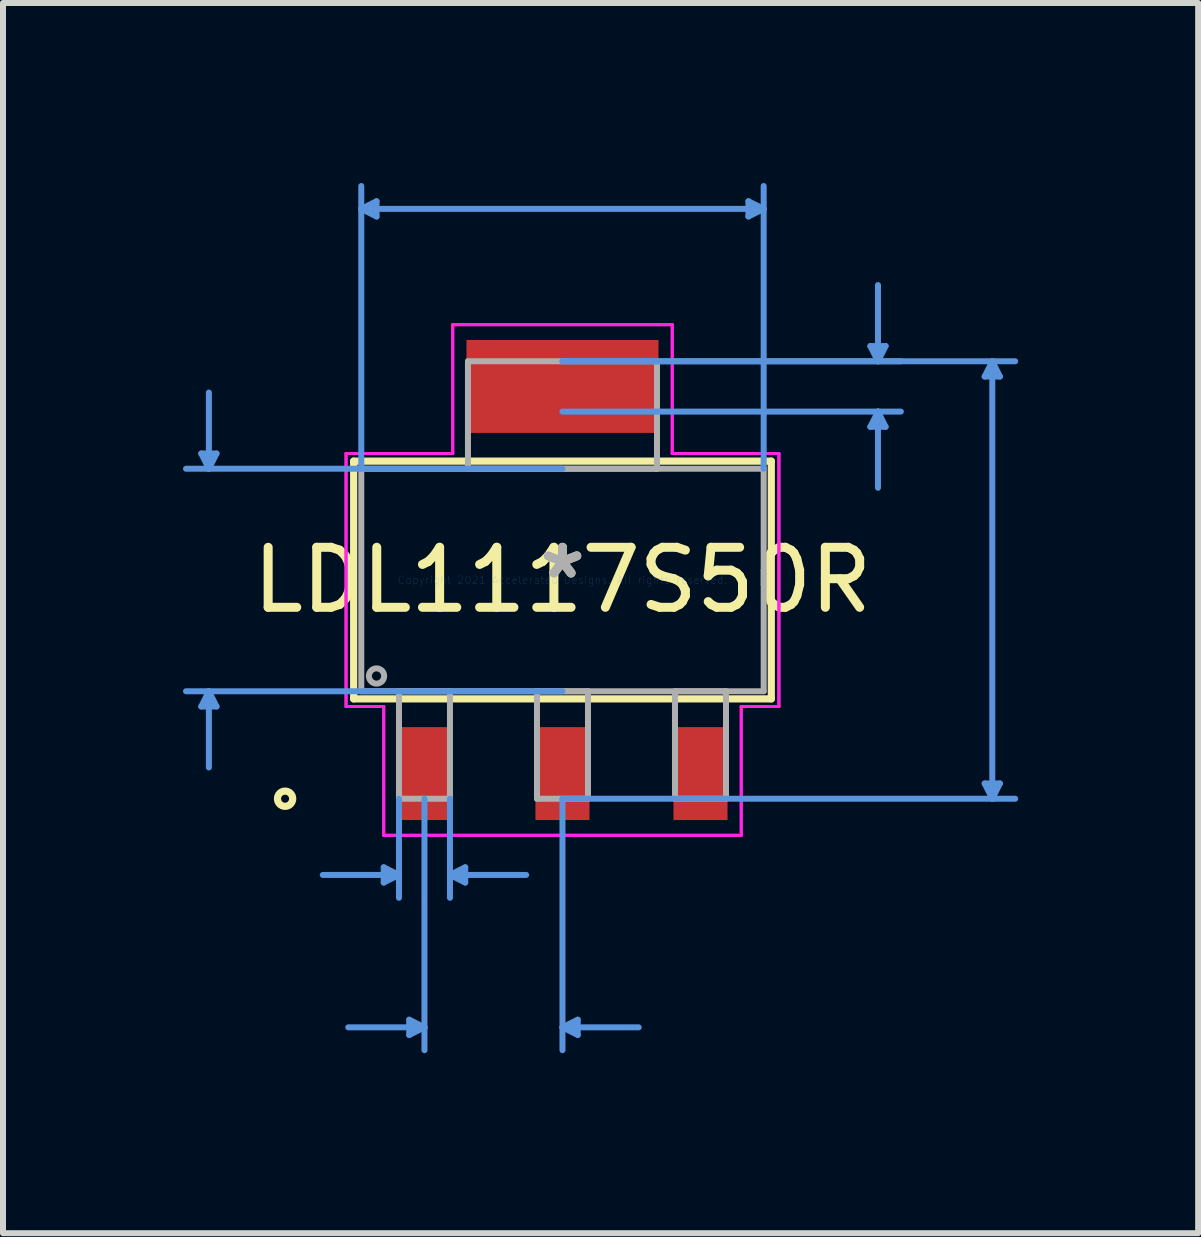
<source format=kicad_pcb>
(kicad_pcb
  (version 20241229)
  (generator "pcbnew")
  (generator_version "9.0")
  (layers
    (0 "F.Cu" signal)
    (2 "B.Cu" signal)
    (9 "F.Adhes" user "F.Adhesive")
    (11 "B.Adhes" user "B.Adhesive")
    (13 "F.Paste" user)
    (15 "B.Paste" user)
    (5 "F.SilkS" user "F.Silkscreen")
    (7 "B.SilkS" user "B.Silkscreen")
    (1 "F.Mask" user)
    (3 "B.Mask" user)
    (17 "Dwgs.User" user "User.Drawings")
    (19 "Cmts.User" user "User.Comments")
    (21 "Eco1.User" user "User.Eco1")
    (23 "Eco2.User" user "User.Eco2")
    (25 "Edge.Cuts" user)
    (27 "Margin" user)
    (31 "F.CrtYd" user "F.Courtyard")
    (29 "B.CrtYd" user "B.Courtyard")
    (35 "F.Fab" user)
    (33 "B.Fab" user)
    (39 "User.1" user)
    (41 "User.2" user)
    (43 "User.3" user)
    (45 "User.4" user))
  (footprint "LDL1117S50R"
    (layer "F.Cu")
    (at 6.324 6.616)
    (property "Reference" "LDL1117S50R" (at 0 0 0) (layer "F.SilkS") (effects (font (size 1 1) (thickness 0.15))))
    (attr through_hole)
    (fp_line (start -3.48 -1.981) (end -3.48 1.981) (stroke (width 0.12) (type solid)) (layer "F.SilkS"))
    (fp_line (start -3.48 1.981) (end 3.48 1.981) (stroke (width 0.12) (type solid)) (layer "F.SilkS"))
    (fp_line (start 3.48 -1.981) (end -3.48 -1.981) (stroke (width 0.12) (type solid)) (layer "F.SilkS"))
    (fp_line (start 3.48 1.981) (end 3.48 -1.981) (stroke (width 0.12) (type solid)) (layer "F.SilkS"))
    (fp_circle (center -4.623 3.645) (end -4.496 3.645) (stroke (width 0.12) (type solid)) (fill no) (layer "F.SilkS"))
    (fp_line (start -6.02 -2.108) (end -5.766 -2.108) (stroke (width 0.1) (type solid)) (layer "Cmts.User"))
    (fp_line (start -6.02 2.108) (end -5.766 2.108) (stroke (width 0.1) (type solid)) (layer "Cmts.User"))
    (fp_line (start -5.893 -1.854) (end -6.02 -2.108) (stroke (width 0.1) (type solid)) (layer "Cmts.User"))
    (fp_line (start -5.893 -1.854) (end -5.893 -3.124) (stroke (width 0.1) (type solid)) (layer "Cmts.User"))
    (fp_line (start -5.893 -1.854) (end -5.766 -2.108) (stroke (width 0.1) (type solid)) (layer "Cmts.User"))
    (fp_line (start -5.893 1.854) (end -6.02 2.108) (stroke (width 0.1) (type solid)) (layer "Cmts.User"))
    (fp_line (start -5.893 1.854) (end -5.893 3.124) (stroke (width 0.1) (type solid)) (layer "Cmts.User"))
    (fp_line (start -5.893 1.854) (end -5.766 2.108) (stroke (width 0.1) (type solid)) (layer "Cmts.User"))
    (fp_line (start -3.353 -6.185) (end -3.099 -6.312) (stroke (width 0.1) (type solid)) (layer "Cmts.User"))
    (fp_line (start -3.353 -6.185) (end -3.099 -6.058) (stroke (width 0.1) (type solid)) (layer "Cmts.User"))
    (fp_line (start -3.353 -6.185) (end 3.353 -6.185) (stroke (width 0.1) (type solid)) (layer "Cmts.User"))
    (fp_line (start -3.353 -1.854) (end -3.353 -6.566) (stroke (width 0.1) (type solid)) (layer "Cmts.User"))
    (fp_line (start -3.099 -6.312) (end -3.099 -6.058) (stroke (width 0.1) (type solid)) (layer "Cmts.User"))
    (fp_line (start -2.979 4.788) (end -2.979 5.042) (stroke (width 0.1) (type solid)) (layer "Cmts.User"))
    (fp_line (start -2.725 3.645) (end -2.725 5.296) (stroke (width 0.1) (type solid)) (layer "Cmts.User"))
    (fp_line (start -2.725 4.915) (end -3.995 4.915) (stroke (width 0.1) (type solid)) (layer "Cmts.User"))
    (fp_line (start -2.725 4.915) (end -2.979 4.788) (stroke (width 0.1) (type solid)) (layer "Cmts.User"))
    (fp_line (start -2.725 4.915) (end -2.979 5.042) (stroke (width 0.1) (type solid)) (layer "Cmts.User"))
    (fp_line (start -2.554 7.328) (end -2.554 7.582) (stroke (width 0.1) (type solid)) (layer "Cmts.User"))
    (fp_line (start -2.3 3.645) (end -2.3 7.836) (stroke (width 0.1) (type solid)) (layer "Cmts.User"))
    (fp_line (start -2.3 7.455) (end -3.57 7.455) (stroke (width 0.1) (type solid)) (layer "Cmts.User"))
    (fp_line (start -2.3 7.455) (end -2.554 7.328) (stroke (width 0.1) (type solid)) (layer "Cmts.User"))
    (fp_line (start -2.3 7.455) (end -2.554 7.582) (stroke (width 0.1) (type solid)) (layer "Cmts.User"))
    (fp_line (start -1.875 3.645) (end -1.875 5.296) (stroke (width 0.1) (type solid)) (layer "Cmts.User"))
    (fp_line (start -1.875 4.915) (end -1.621 4.788) (stroke (width 0.1) (type solid)) (layer "Cmts.User"))
    (fp_line (start -1.875 4.915) (end -1.621 5.042) (stroke (width 0.1) (type solid)) (layer "Cmts.User"))
    (fp_line (start -1.875 4.915) (end -0.605 4.915) (stroke (width 0.1) (type solid)) (layer "Cmts.User"))
    (fp_line (start -1.621 4.788) (end -1.621 5.042) (stroke (width 0.1) (type solid)) (layer "Cmts.User"))
    (fp_line (start 0 -3.645) (end 5.639 -3.645) (stroke (width 0.1) (type solid)) (layer "Cmts.User"))
    (fp_line (start 0 -3.645) (end 7.544 -3.645) (stroke (width 0.1) (type solid)) (layer "Cmts.User"))
    (fp_line (start 0 -2.807) (end 5.639 -2.807) (stroke (width 0.1) (type solid)) (layer "Cmts.User"))
    (fp_line (start 0 -1.854) (end -6.274 -1.854) (stroke (width 0.1) (type solid)) (layer "Cmts.User"))
    (fp_line (start 0 1.854) (end -6.274 1.854) (stroke (width 0.1) (type solid)) (layer "Cmts.User"))
    (fp_line (start 0 3.645) (end 0 7.836) (stroke (width 0.1) (type solid)) (layer "Cmts.User"))
    (fp_line (start 0 3.645) (end 7.544 3.645) (stroke (width 0.1) (type solid)) (layer "Cmts.User"))
    (fp_line (start 0 7.455) (end 0.254 7.328) (stroke (width 0.1) (type solid)) (layer "Cmts.User"))
    (fp_line (start 0 7.455) (end 0.254 7.582) (stroke (width 0.1) (type solid)) (layer "Cmts.User"))
    (fp_line (start 0 7.455) (end 1.27 7.455) (stroke (width 0.1) (type solid)) (layer "Cmts.User"))
    (fp_line (start 0.254 7.328) (end 0.254 7.582) (stroke (width 0.1) (type solid)) (layer "Cmts.User"))
    (fp_line (start 3.099 -6.312) (end 3.099 -6.058) (stroke (width 0.1) (type solid)) (layer "Cmts.User"))
    (fp_line (start 3.353 -6.185) (end 3.099 -6.312) (stroke (width 0.1) (type solid)) (layer "Cmts.User"))
    (fp_line (start 3.353 -6.185) (end 3.099 -6.058) (stroke (width 0.1) (type solid)) (layer "Cmts.User"))
    (fp_line (start 3.353 -1.854) (end 3.353 -6.566) (stroke (width 0.1) (type solid)) (layer "Cmts.User"))
    (fp_line (start 5.131 -3.899) (end 5.385 -3.899) (stroke (width 0.1) (type solid)) (layer "Cmts.User"))
    (fp_line (start 5.131 -2.553) (end 5.385 -2.553) (stroke (width 0.1) (type solid)) (layer "Cmts.User"))
    (fp_line (start 5.258 -3.645) (end 5.131 -3.899) (stroke (width 0.1) (type solid)) (layer "Cmts.User"))
    (fp_line (start 5.258 -3.645) (end 5.258 -4.915) (stroke (width 0.1) (type solid)) (layer "Cmts.User"))
    (fp_line (start 5.258 -3.645) (end 5.385 -3.899) (stroke (width 0.1) (type solid)) (layer "Cmts.User"))
    (fp_line (start 5.258 -2.807) (end 5.131 -2.553) (stroke (width 0.1) (type solid)) (layer "Cmts.User"))
    (fp_line (start 5.258 -2.807) (end 5.258 -1.537) (stroke (width 0.1) (type solid)) (layer "Cmts.User"))
    (fp_line (start 5.258 -2.807) (end 5.385 -2.553) (stroke (width 0.1) (type solid)) (layer "Cmts.User"))
    (fp_line (start 7.036 -3.391) (end 7.29 -3.391) (stroke (width 0.1) (type solid)) (layer "Cmts.User"))
    (fp_line (start 7.036 3.391) (end 7.29 3.391) (stroke (width 0.1) (type solid)) (layer "Cmts.User"))
    (fp_line (start 7.163 -3.645) (end 7.036 -3.391) (stroke (width 0.1) (type solid)) (layer "Cmts.User"))
    (fp_line (start 7.163 -3.645) (end 7.163 3.645) (stroke (width 0.1) (type solid)) (layer "Cmts.User"))
    (fp_line (start 7.163 -3.645) (end 7.29 -3.391) (stroke (width 0.1) (type solid)) (layer "Cmts.User"))
    (fp_line (start 7.163 3.645) (end 7.036 3.391) (stroke (width 0.1) (type solid)) (layer "Cmts.User"))
    (fp_line (start 7.163 3.645) (end 7.29 3.391) (stroke (width 0.1) (type solid)) (layer "Cmts.User"))
    (fp_line (start -3.607 -2.108) (end -1.829 -2.108) (stroke (width 0.05) (type solid)) (layer "F.CrtYd"))
    (fp_line (start -3.607 -2.108) (end -1.829 -2.108) (stroke (width 0.05) (type solid)) (layer "F.CrtYd"))
    (fp_line (start -3.607 2.108) (end -3.607 -2.108) (stroke (width 0.05) (type solid)) (layer "F.CrtYd"))
    (fp_line (start -3.607 2.108) (end -3.607 -2.108) (stroke (width 0.05) (type solid)) (layer "F.CrtYd"))
    (fp_line (start -2.979 2.108) (end -3.607 2.108) (stroke (width 0.05) (type solid)) (layer "F.CrtYd"))
    (fp_line (start -2.979 2.108) (end -3.607 2.108) (stroke (width 0.05) (type solid)) (layer "F.CrtYd"))
    (fp_line (start -2.979 4.255) (end -2.979 2.108) (stroke (width 0.05) (type solid)) (layer "F.CrtYd"))
    (fp_line (start -2.979 4.255) (end -2.979 2.108) (stroke (width 0.05) (type solid)) (layer "F.CrtYd"))
    (fp_line (start -1.829 -4.255) (end 1.829 -4.255) (stroke (width 0.05) (type solid)) (layer "F.CrtYd"))
    (fp_line (start -1.829 -4.255) (end 1.829 -4.255) (stroke (width 0.05) (type solid)) (layer "F.CrtYd"))
    (fp_line (start -1.829 -2.108) (end -1.829 -4.255) (stroke (width 0.05) (type solid)) (layer "F.CrtYd"))
    (fp_line (start -1.829 -2.108) (end -1.829 -4.255) (stroke (width 0.05) (type solid)) (layer "F.CrtYd"))
    (fp_line (start 1.829 -4.255) (end 1.829 -2.108) (stroke (width 0.05) (type solid)) (layer "F.CrtYd"))
    (fp_line (start 1.829 -4.255) (end 1.829 -2.108) (stroke (width 0.05) (type solid)) (layer "F.CrtYd"))
    (fp_line (start 1.829 -2.108) (end 3.607 -2.108) (stroke (width 0.05) (type solid)) (layer "F.CrtYd"))
    (fp_line (start 1.829 -2.108) (end 3.607 -2.108) (stroke (width 0.05) (type solid)) (layer "F.CrtYd"))
    (fp_line (start 2.979 2.108) (end 2.979 4.255) (stroke (width 0.05) (type solid)) (layer "F.CrtYd"))
    (fp_line (start 2.979 2.108) (end 2.979 4.255) (stroke (width 0.05) (type solid)) (layer "F.CrtYd"))
    (fp_line (start 2.979 4.255) (end -2.979 4.255) (stroke (width 0.05) (type solid)) (layer "F.CrtYd"))
    (fp_line (start 2.979 4.255) (end -2.979 4.255) (stroke (width 0.05) (type solid)) (layer "F.CrtYd"))
    (fp_line (start 3.607 -2.108) (end 3.607 2.108) (stroke (width 0.05) (type solid)) (layer "F.CrtYd"))
    (fp_line (start 3.607 -2.108) (end 3.607 2.108) (stroke (width 0.05) (type solid)) (layer "F.CrtYd"))
    (fp_line (start 3.607 2.108) (end 2.979 2.108) (stroke (width 0.05) (type solid)) (layer "F.CrtYd"))
    (fp_line (start 3.607 2.108) (end 2.979 2.108) (stroke (width 0.05) (type solid)) (layer "F.CrtYd"))
    (fp_line (start -3.353 -1.854) (end -3.353 1.854) (stroke (width 0.1) (type solid)) (layer "F.Fab"))
    (fp_line (start -3.353 1.854) (end 3.353 1.854) (stroke (width 0.1) (type solid)) (layer "F.Fab"))
    (fp_line (start -2.725 1.854) (end -2.725 3.645) (stroke (width 0.1) (type solid)) (layer "F.Fab"))
    (fp_line (start -2.725 3.645) (end -1.875 3.645) (stroke (width 0.1) (type solid)) (layer "F.Fab"))
    (fp_line (start -1.875 1.854) (end -2.725 1.854) (stroke (width 0.1) (type solid)) (layer "F.Fab"))
    (fp_line (start -1.875 3.645) (end -1.875 1.854) (stroke (width 0.1) (type solid)) (layer "F.Fab"))
    (fp_line (start -1.575 -3.645) (end -1.575 -1.854) (stroke (width 0.1) (type solid)) (layer "F.Fab"))
    (fp_line (start -1.575 -1.854) (end 1.575 -1.854) (stroke (width 0.1) (type solid)) (layer "F.Fab"))
    (fp_line (start -0.425 1.854) (end -0.425 3.645) (stroke (width 0.1) (type solid)) (layer "F.Fab"))
    (fp_line (start -0.425 3.645) (end 0.425 3.645) (stroke (width 0.1) (type solid)) (layer "F.Fab"))
    (fp_line (start 0.425 1.854) (end -0.425 1.854) (stroke (width 0.1) (type solid)) (layer "F.Fab"))
    (fp_line (start 0.425 3.645) (end 0.425 1.854) (stroke (width 0.1) (type solid)) (layer "F.Fab"))
    (fp_line (start 1.575 -3.645) (end -1.575 -3.645) (stroke (width 0.1) (type solid)) (layer "F.Fab"))
    (fp_line (start 1.575 -1.854) (end 1.575 -3.645) (stroke (width 0.1) (type solid)) (layer "F.Fab"))
    (fp_line (start 1.875 1.854) (end 1.875 3.645) (stroke (width 0.1) (type solid)) (layer "F.Fab"))
    (fp_line (start 1.875 3.645) (end 2.725 3.645) (stroke (width 0.1) (type solid)) (layer "F.Fab"))
    (fp_line (start 2.725 1.854) (end 1.875 1.854) (stroke (width 0.1) (type solid)) (layer "F.Fab"))
    (fp_line (start 2.725 3.645) (end 2.725 1.854) (stroke (width 0.1) (type solid)) (layer "F.Fab"))
    (fp_line (start 3.353 -1.854) (end -3.353 -1.854) (stroke (width 0.1) (type solid)) (layer "F.Fab"))
    (fp_line (start 3.353 1.854) (end 3.353 -1.854) (stroke (width 0.1) (type solid)) (layer "F.Fab"))
    (fp_circle (center -3.099 1.6) (end -2.972 1.6) (stroke (width 0.1) (type solid)) (fill no) (layer "F.Fab"))
    (fp_text user "*" (at 0 0 0) (layer "F.SilkS") (effects (font (size 1 1) (thickness 0.15))))
    (fp_text user "Copyright 2021 Accelerated Designs. All rights reserved." (at 0 0 0) (layer "Cmts.User") (effects (font (size 0.127 0.127) (thickness 0.002))))
    (fp_text user "*" (at 0 0 0) (layer "F.Fab") (effects (font (size 1 1) (thickness 0.15))))
    (pad "1" smd rect (at -2.3 3.226) (size 0.901 1.549) (layers "F.Cu" "F.Mask" "F.Paste"))
    (pad "2" smd rect (at 0 3.226) (size 0.901 1.549) (layers "F.Cu" "F.Mask" "F.Paste"))
    (pad "3" smd rect (at 2.3 3.226) (size 0.901 1.549) (layers "F.Cu" "F.Mask" "F.Paste"))
    (pad "4" smd rect (at 0 -3.226) (size 3.2 1.549) (layers "F.Cu" "F.Mask" "F.Paste")))
  (gr_rect
    (start -3 -3)
    (end 16.918 17.502)
    (stroke (width 0.1) (type default))
    (fill no)
    (layer "Edge.Cuts")))
</source>
